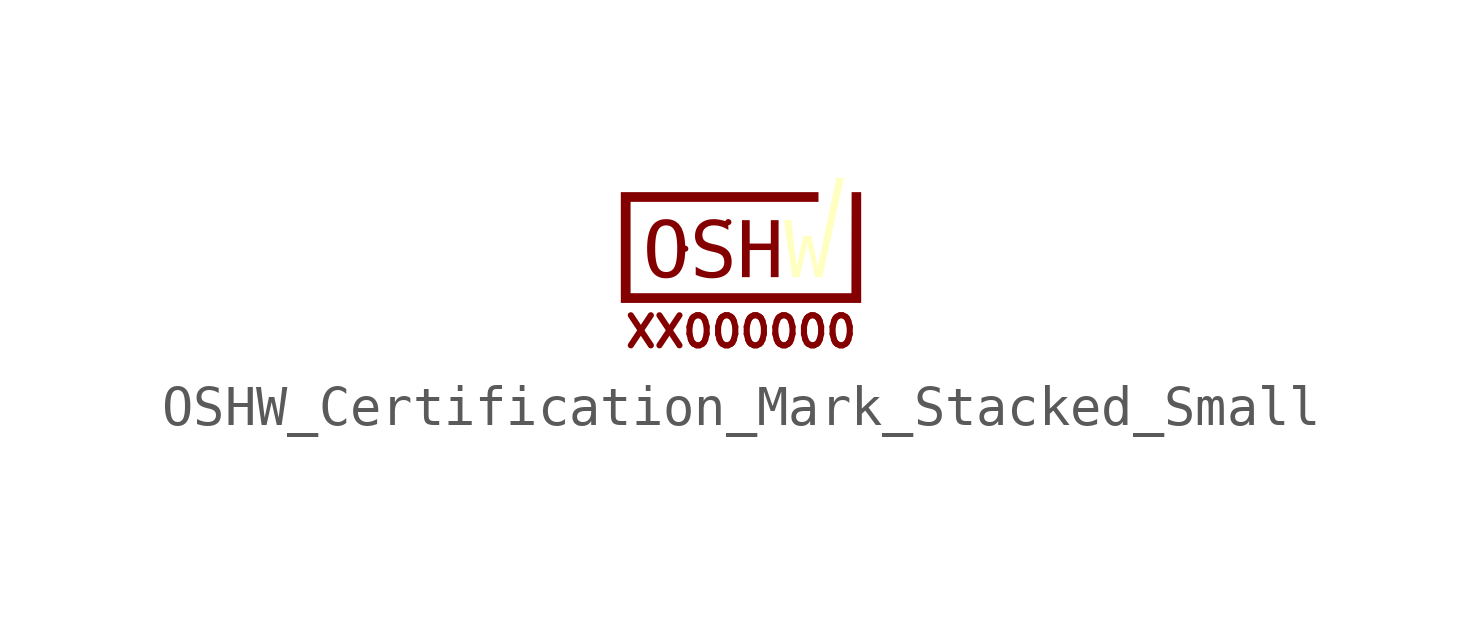
<source format=kicad_sym>
(kicad_symbol_lib
  (version 20220914)
  (generator kicad_symbol_editor)
  (symbol "OSHW_Certification_Mark_Stacked_Small"
    (property "Reference" "LOGO"
      (at 0 0 0)
      (effects (font (size 1.27 1.27)) hide))
    (symbol "OSHW_Certification_Mark_Stacked_Small_1_1"
      (polyline (pts (xy -1.391 -0.214) (xy -1.391 -0.214) (xy -1.391 -0.214)) (stroke (width 0) (type default)) (fill (type outline)))
      (polyline (pts (xy -0.316 0.45) (xy -0.316 0.45) (xy -0.316 0.45)) (stroke (width 0) (type default)) (fill (type outline)))
      (polyline (pts (xy 3 -1.568) (xy -3 -1.568) (xy -3 1.199) (xy -3 1.199) (xy 1.934 1.199) (xy 1.934 0.955) (xy -2.756 0.955) (xy -2.756 -1.324) (xy 2.756 -1.324) (xy 2.761 1.199) (xy 3 1.199)) (stroke (width -0.0001) (type default)) (fill (type outline)))
      (polyline (pts (xy 0.217 -0.085) (xy 0.744 -0.085) (xy 0.744 0.499) (xy 0.938 0.499) (xy 0.938 -0.924) (xy 0.744 -0.924) (xy 0.744 -0.247) (xy 0.217 -0.247) (xy 0.217 -0.924) (xy 0.024 -0.924) (xy 0.024 0.499) (xy 0.217 0.499)) (stroke (width -0.0001) (type default)) (fill (type outline)))
      (polyline (pts (xy 2.03 -0.924) (xy 1.848 -0.924) (xy 1.655 -0.079) (xy 1.462 -0.924) (xy 1.28 -0.924) (xy 1.068 0.499) (xy 1.256 0.499) (xy 1.392 -0.656) (xy 1.554 0.108) (xy 1.755 0.108) (xy 1.919 -0.658) (xy 2.38 1.556) (xy 2.568 1.556)) (stroke (width -0.0001) (type default)) (fill (type background)))
      (polyline (pts (xy -1.838 0.524) (xy -1.809 0.521) (xy -1.782 0.518) (xy -1.755 0.513) (xy -1.729 0.506) (xy -1.704 0.499) (xy -1.681 0.489) (xy -1.658 0.479) (xy -1.636 0.467) (xy -1.615 0.453) (xy -1.595 0.438) (xy -1.576 0.421) (xy -1.558 0.404) (xy -1.541 0.384) (xy -1.525 0.363) (xy -1.509 0.341) (xy -1.495 0.318) (xy -1.482 0.293) (xy -1.469 0.266) (xy -1.458 0.238) (xy -1.447 0.208) (xy -1.437 0.177) (xy -1.429 0.145) (xy -1.421 0.111) (xy -1.414 0.075) (xy -1.408 0.039) (xy -1.403 0.0001) (xy -1.399 -0.04) (xy -1.395 -0.081) (xy -1.393 -0.124) (xy -1.392 -0.168) (xy -1.391 -0.214) (xy -1.392 -0.26) (xy -1.393 -0.304) (xy -1.395 -0.347) (xy -1.399 -0.388) (xy -1.403 -0.428) (xy -1.408 -0.466) (xy -1.414 -0.503) (xy -1.421 -0.539) (xy -1.429 -0.573) (xy -1.437 -0.605) (xy -1.447 -0.636) (xy -1.458 -0.666) (xy -1.469 -0.694) (xy -1.482 -0.72) (xy -1.495 -0.745) (xy -1.509 -0.769) (xy -1.517 -0.78) (xy -1.525 -0.791) (xy -1.532 -0.802) (xy -1.541 -0.812) (xy -1.549 -0.822) (xy -1.558 -0.831) (xy -1.567 -0.84) (xy -1.576 -0.849) (xy -1.585 -0.857) (xy -1.595 -0.865) (xy -1.605 -0.873) (xy -1.615 -0.88) (xy -1.625 -0.887) (xy -1.636 -0.894) (xy -1.647 -0.9) (xy -1.658 -0.906) (xy -1.669 -0.912) (xy -1.681 -0.917) (xy -1.692 -0.922) (xy -1.704 -0.926) (xy -1.717 -0.93) (xy -1.729 -0.934) (xy -1.742 -0.937) (xy -1.755 -0.94) (xy -1.768 -0.943) (xy -1.782 -0.945) (xy -1.809 -0.949) (xy -1.838 -0.951) (xy -1.868 -0.952) (xy -1.897 -0.951) (xy -1.926 -0.949) (xy -1.954 -0.945) (xy -1.981 -0.941) (xy -2.006 -0.934) (xy -2.031 -0.926) (xy -2.055 -0.917) (xy -2.078 -0.906) (xy -2.1 -0.894) (xy -2.121 -0.881) (xy -2.141 -0.866) (xy -2.16 -0.85) (xy -2.178 -0.832) (xy -2.195 -0.812) (xy -2.211 -0.792) (xy -2.226 -0.77) (xy -2.24 -0.746) (xy -2.254 -0.721) (xy -2.266 -0.695) (xy -2.277 -0.667) (xy -2.288 -0.637) (xy -2.297 -0.606) (xy -2.306 -0.574) (xy -2.314 -0.54) (xy -2.321 -0.504) (xy -2.327 -0.468) (xy -2.332 -0.429) (xy -2.336 -0.389) (xy -2.339 -0.348) (xy -2.341 -0.305) (xy -2.343 -0.26) (xy -2.343 -0.214) (xy -2.142 -0.214) (xy -2.141 -0.29) (xy -2.138 -0.359) (xy -2.133 -0.424) (xy -2.126 -0.482) (xy -2.122 -0.509) (xy -2.117 -0.535) (xy -2.112 -0.56) (xy -2.106 -0.583) (xy -2.1 -0.605) (xy -2.093 -0.625) (xy -2.086 -0.644) (xy -2.078 -0.661) (xy -2.07 -0.677) (xy -2.066 -0.685) (xy -2.061 -0.693) (xy -2.056 -0.7) (xy -2.051 -0.707) (xy -2.046 -0.714) (xy -2.041 -0.72) (xy -2.035 -0.726) (xy -2.03 -0.732) (xy -2.024 -0.738) (xy -2.018 -0.743) (xy -2.012 -0.748) (xy -2.006 -0.753) (xy -2 -0.758) (xy -1.993 -0.762) (xy -1.987 -0.766) (xy -1.98 -0.77) (xy -1.973 -0.773) (xy -1.966 -0.777) (xy -1.958 -0.78) (xy -1.951 -0.782) (xy -1.943 -0.785) (xy -1.936 -0.787) (xy -1.928 -0.789) (xy -1.92 -0.791) (xy -1.911 -0.792) (xy -1.903 -0.793) (xy -1.894 -0.794) (xy -1.886 -0.795) (xy -1.868 -0.795) (xy -1.85 -0.795) (xy -1.832 -0.793) (xy -1.816 -0.791) (xy -1.8 -0.787) (xy -1.784 -0.782) (xy -1.769 -0.777) (xy -1.755 -0.77) (xy -1.742 -0.762) (xy -1.729 -0.753) (xy -1.717 -0.743) (xy -1.705 -0.733) (xy -1.694 -0.721) (xy -1.684 -0.708) (xy -1.674 -0.693) (xy -1.665 -0.678) (xy -1.657 -0.662) (xy -1.649 -0.645) (xy -1.642 -0.626) (xy -1.635 -0.605) (xy -1.629 -0.584) (xy -1.623 -0.561) (xy -1.618 -0.536) (xy -1.613 -0.51) (xy -1.609 -0.483) (xy -1.605 -0.454) (xy -1.601 -0.424) (xy -1.599 -0.393) (xy -1.596 -0.36) (xy -1.595 -0.326) (xy -1.593 -0.29) (xy -1.593 -0.253) (xy -1.592 -0.214) (xy -1.593 -0.139) (xy -1.596 -0.069) (xy -1.601 -0.004) (xy -1.609 0.054) (xy -1.613 0.082) (xy -1.618 0.108) (xy -1.623 0.132) (xy -1.629 0.155) (xy -1.635 0.177) (xy -1.642 0.197) (xy -1.649 0.216) (xy -1.657 0.234) (xy -1.665 0.25) (xy -1.67 0.258) (xy -1.674 0.265) (xy -1.679 0.272) (xy -1.684 0.279) (xy -1.689 0.286) (xy -1.694 0.292) (xy -1.7 0.299) (xy -1.705 0.305) (xy -1.711 0.31) (xy -1.717 0.316) (xy -1.723 0.321) (xy -1.729 0.326) (xy -1.735 0.33) (xy -1.742 0.335) (xy -1.748 0.339) (xy -1.755 0.342) (xy -1.762 0.346) (xy -1.769 0.349) (xy -1.777 0.352) (xy -1.784 0.355) (xy -1.792 0.357) (xy -1.8 0.36) (xy -1.808 0.362) (xy -1.816 0.363) (xy -1.824 0.365) (xy -1.832 0.366) (xy -1.841 0.367) (xy -1.85 0.368) (xy -1.868 0.368) (xy -1.886 0.368) (xy -1.903 0.366) (xy -1.92 0.363) (xy -1.936 0.36) (xy -1.951 0.355) (xy -1.966 0.349) (xy -1.98 0.342) (xy -1.993 0.335) (xy -2.006 0.326) (xy -2.018 0.316) (xy -2.03 0.305) (xy -2.041 0.292) (xy -2.051 0.279) (xy -2.061 0.265) (xy -2.07 0.25) (xy -2.078 0.234) (xy -2.086 0.216) (xy -2.093 0.197) (xy -2.1 0.177) (xy -2.106 0.155) (xy -2.112 0.132) (xy -2.117 0.108) (xy -2.122 0.082) (xy -2.126 0.054) (xy -2.13 0.026) (xy -2.133 -0.004) (xy -2.136 -0.036) (xy -2.138 -0.069) (xy -2.14 -0.103) (xy -2.141 -0.139) (xy -2.142 -0.176) (xy -2.142 -0.214) (xy -2.343 -0.214) (xy -2.343 -0.168) (xy -2.341 -0.124) (xy -2.339 -0.081) (xy -2.336 -0.04) (xy -2.332 0.0001) (xy -2.327 0.039) (xy -2.321 0.075) (xy -2.314 0.111) (xy -2.306 0.145) (xy -2.297 0.177) (xy -2.288 0.208) (xy -2.277 0.238) (xy -2.266 0.266) (xy -2.254 0.293) (xy -2.24 0.318) (xy -2.226 0.341) (xy -2.219 0.353) (xy -2.211 0.363) (xy -2.203 0.374) (xy -2.195 0.384) (xy -2.186 0.394) (xy -2.178 0.404) (xy -2.169 0.413) (xy -2.159 0.421) (xy -2.15 0.43) (xy -2.14 0.438) (xy -2.131 0.446) (xy -2.12 0.453) (xy -2.11 0.46) (xy -2.099 0.467) (xy -2.088 0.473) (xy -2.077 0.479) (xy -2.066 0.484) (xy -2.055 0.489) (xy -2.043 0.494) (xy -2.031 0.499) (xy -2.018 0.503) (xy -2.006 0.506) (xy -1.993 0.51) (xy -1.98 0.513) (xy -1.954 0.518) (xy -1.926 0.521) (xy -1.897 0.524) (xy -1.868 0.524)) (stroke (width -0.0001) (type default)) (fill (type outline)))
      (polyline (pts (xy -0.658 0.524) (xy -0.638 0.523) (xy -0.616 0.521) (xy -0.595 0.519) (xy -0.573 0.517) (xy -0.551 0.513) (xy -0.529 0.509) (xy -0.507 0.505) (xy -0.484 0.5) (xy -0.461 0.495) (xy -0.437 0.489) (xy -0.414 0.482) (xy -0.39 0.475) (xy -0.365 0.467) (xy -0.341 0.459) (xy -0.316 0.45) (xy -0.316 0.254) (xy -0.338 0.268) (xy -0.36 0.281) (xy -0.382 0.293) (xy -0.404 0.304) (xy -0.426 0.314) (xy -0.448 0.323) (xy -0.47 0.332) (xy -0.492 0.339) (xy -0.514 0.346) (xy -0.536 0.352) (xy -0.558 0.357) (xy -0.58 0.361) (xy -0.603 0.364) (xy -0.625 0.366) (xy -0.647 0.367) (xy -0.67 0.368) (xy -0.686 0.368) (xy -0.703 0.367) (xy -0.719 0.366) (xy -0.734 0.364) (xy -0.749 0.362) (xy -0.764 0.359) (xy -0.778 0.356) (xy -0.791 0.352) (xy -0.805 0.348) (xy -0.818 0.343) (xy -0.83 0.338) (xy -0.842 0.332) (xy -0.853 0.326) (xy -0.864 0.319) (xy -0.875 0.312) (xy -0.885 0.304) (xy -0.894 0.296) (xy -0.903 0.287) (xy -0.912 0.279) (xy -0.919 0.27) (xy -0.927 0.26) (xy -0.933 0.251) (xy -0.939 0.24) (xy -0.944 0.23) (xy -0.949 0.219) (xy -0.953 0.208) (xy -0.956 0.196) (xy -0.959 0.184) (xy -0.961 0.172) (xy -0.963 0.16) (xy -0.964 0.147) (xy -0.964 0.133) (xy -0.964 0.122) (xy -0.963 0.111) (xy -0.962 0.1) (xy -0.961 0.089) (xy -0.959 0.079) (xy -0.957 0.069) (xy -0.954 0.059) (xy -0.951 0.05) (xy -0.948 0.041) (xy -0.944 0.033) (xy -0.94 0.025) (xy -0.935 0.017) (xy -0.93 0.01) (xy -0.925 0.003) (xy -0.919 -0.004) (xy -0.913 -0.011) (xy -0.906 -0.017) (xy -0.898 -0.023) (xy -0.89 -0.029) (xy -0.881 -0.034) (xy -0.871 -0.04) (xy -0.861 -0.045) (xy -0.85 -0.051) (xy -0.838 -0.056) (xy -0.825 -0.061) (xy -0.812 -0.066) (xy -0.798 -0.071) (xy -0.784 -0.076) (xy -0.768 -0.08) (xy -0.752 -0.085) (xy -0.736 -0.089) (xy -0.718 -0.093) (xy -0.617 -0.116) (xy -0.593 -0.122) (xy -0.569 -0.129) (xy -0.546 -0.136) (xy -0.524 -0.143) (xy -0.503 -0.151) (xy -0.482 -0.159) (xy -0.463 -0.167) (xy -0.444 -0.176) (xy -0.426 -0.186) (xy -0.409 -0.196) (xy -0.393 -0.206) (xy -0.378 -0.216) (xy -0.364 -0.227) (xy -0.35 -0.239) (xy -0.337 -0.251) (xy -0.326 -0.263) (xy -0.315 -0.276) (xy -0.304 -0.289) (xy -0.294 -0.303) (xy -0.285 -0.318) (xy -0.277 -0.333) (xy -0.27 -0.348) (xy -0.263 -0.364) (xy -0.257 -0.381) (xy -0.252 -0.399) (xy -0.247 -0.416) (xy -0.243 -0.435) (xy -0.24 -0.454) (xy -0.237 -0.473) (xy -0.235 -0.494) (xy -0.234 -0.514) (xy -0.234 -0.536) (xy -0.234 -0.561) (xy -0.236 -0.585) (xy -0.238 -0.608) (xy -0.242 -0.631) (xy -0.246 -0.653) (xy -0.252 -0.674) (xy -0.258 -0.695) (xy -0.266 -0.715) (xy -0.274 -0.734) (xy -0.283 -0.752) (xy -0.293 -0.769) (xy -0.305 -0.786) (xy -0.317 -0.802) (xy -0.33 -0.817) (xy -0.345 -0.832) (xy -0.36 -0.845) (xy -0.376 -0.858) (xy -0.393 -0.87) (xy -0.411 -0.882) (xy -0.43 -0.892) (xy -0.45 -0.902) (xy -0.47 -0.91) (xy -0.492 -0.918) (xy -0.514 -0.925) (xy -0.537 -0.932) (xy -0.562 -0.937) (xy -0.587 -0.942) (xy -0.613 -0.945) (xy -0.64 -0.948) (xy -0.667 -0.95) (xy -0.696 -0.952) (xy -0.726 -0.952) (xy -0.751 -0.952) (xy -0.776 -0.951) (xy -0.801 -0.949) (xy -0.826 -0.947) (xy -0.851 -0.944) (xy -0.876 -0.94) (xy -0.902 -0.935) (xy -0.927 -0.93) (xy -0.952 -0.925) (xy -0.977 -0.918) (xy -1.003 -0.911) (xy -1.028 -0.904) (xy -1.054 -0.895) (xy -1.079 -0.886) (xy -1.104 -0.877) (xy -1.13 -0.866) (xy -1.13 -0.661) (xy -1.103 -0.678) (xy -1.076 -0.694) (xy -1.049 -0.708) (xy -1.023 -0.722) (xy -0.998 -0.734) (xy -0.972 -0.745) (xy -0.948 -0.755) (xy -0.923 -0.763) (xy -0.898 -0.771) (xy -0.874 -0.778) (xy -0.849 -0.783) (xy -0.825 -0.788) (xy -0.8 -0.791) (xy -0.775 -0.794) (xy -0.751 -0.795) (xy -0.726 -0.796) (xy -0.708 -0.795) (xy -0.69 -0.795) (xy -0.673 -0.793) (xy -0.657 -0.792) (xy -0.641 -0.789) (xy -0.625 -0.787) (xy -0.611 -0.783) (xy -0.596 -0.78) (xy -0.582 -0.775) (xy -0.569 -0.77) (xy -0.556 -0.765) (xy -0.543 -0.759) (xy -0.532 -0.753) (xy -0.52 -0.746) (xy -0.509 -0.739) (xy -0.499 -0.731) (xy -0.489 -0.723) (xy -0.48 -0.714) (xy -0.471 -0.705) (xy -0.464 -0.695) (xy -0.456 -0.685) (xy -0.45 -0.674) (xy -0.444 -0.664) (xy -0.438 -0.652) (xy -0.433 -0.641) (xy -0.429 -0.629) (xy -0.426 -0.616) (xy -0.423 -0.603) (xy -0.421 -0.59) (xy -0.419 -0.577) (xy -0.418 -0.562) (xy -0.418 -0.548) (xy -0.418 -0.535) (xy -0.419 -0.522) (xy -0.42 -0.51) (xy -0.421 -0.498) (xy -0.423 -0.486) (xy -0.426 -0.475) (xy -0.429 -0.464) (xy -0.432 -0.454) (xy -0.436 -0.444) (xy -0.44 -0.434) (xy -0.445 -0.425) (xy -0.45 -0.416) (xy -0.455 -0.408) (xy -0.461 -0.4) (xy -0.467 -0.392) (xy -0.474 -0.385) (xy -0.481 -0.378) (xy -0.489 -0.371) (xy -0.498 -0.365) (xy -0.507 -0.358) (xy -0.517 -0.352) (xy -0.527 -0.346) (xy -0.538 -0.341) (xy -0.55 -0.335) (xy -0.563 -0.33) (xy -0.576 -0.325) (xy -0.589 -0.32) (xy -0.604 -0.315) (xy -0.619 -0.311) (xy -0.634 -0.306) (xy -0.651 -0.302) (xy -0.668 -0.298) (xy -0.771 -0.275) (xy -0.795 -0.269) (xy -0.818 -0.263) (xy -0.841 -0.256) (xy -0.863 -0.249) (xy -0.884 -0.242) (xy -0.904 -0.234) (xy -0.923 -0.227) (xy -0.942 -0.218) (xy -0.959 -0.21) (xy -0.976 -0.201) (xy -0.992 -0.191) (xy -1.007 -0.182) (xy -1.021 -0.172) (xy -1.034 -0.161) (xy -1.047 -0.15) (xy -1.058 -0.139) (xy -1.069 -0.128) (xy -1.079 -0.116) (xy -1.089 -0.103) (xy -1.098 -0.09) (xy -1.106 -0.076) (xy -1.113 -0.063) (xy -1.12 -0.048) (xy -1.126 -0.033) (xy -1.131 -0.018) (xy -1.135 -0.002) (xy -1.139 0.015) (xy -1.142 0.032) (xy -1.145 0.049) (xy -1.147 0.067) (xy -1.148 0.085) (xy -1.148 0.104) (xy -1.147 0.127) (xy -1.146 0.15) (xy -1.143 0.173) (xy -1.14 0.194) (xy -1.135 0.215) (xy -1.13 0.236) (xy -1.123 0.256) (xy -1.116 0.275) (xy -1.108 0.294) (xy -1.098 0.312) (xy -1.088 0.33) (xy -1.076 0.347) (xy -1.064 0.363) (xy -1.05 0.379) (xy -1.036 0.394) (xy -1.02 0.409) (xy -1.004 0.423) (xy -0.987 0.436) (xy -0.969 0.448) (xy -0.951 0.459) (xy -0.932 0.47) (xy -0.912 0.479) (xy -0.892 0.488) (xy -0.871 0.495) (xy -0.849 0.502) (xy -0.827 0.508) (xy -0.804 0.513) (xy -0.78 0.517) (xy -0.756 0.52) (xy -0.731 0.522) (xy -0.705 0.524) (xy -0.679 0.524)) (stroke (width -0.0001) (type default)) (fill (type outline)))
      (text "XX000000" (at 0 -2.286 0) (effects (font (face "KiCad Font") (size 0.75 0.75)))))))
</source>
